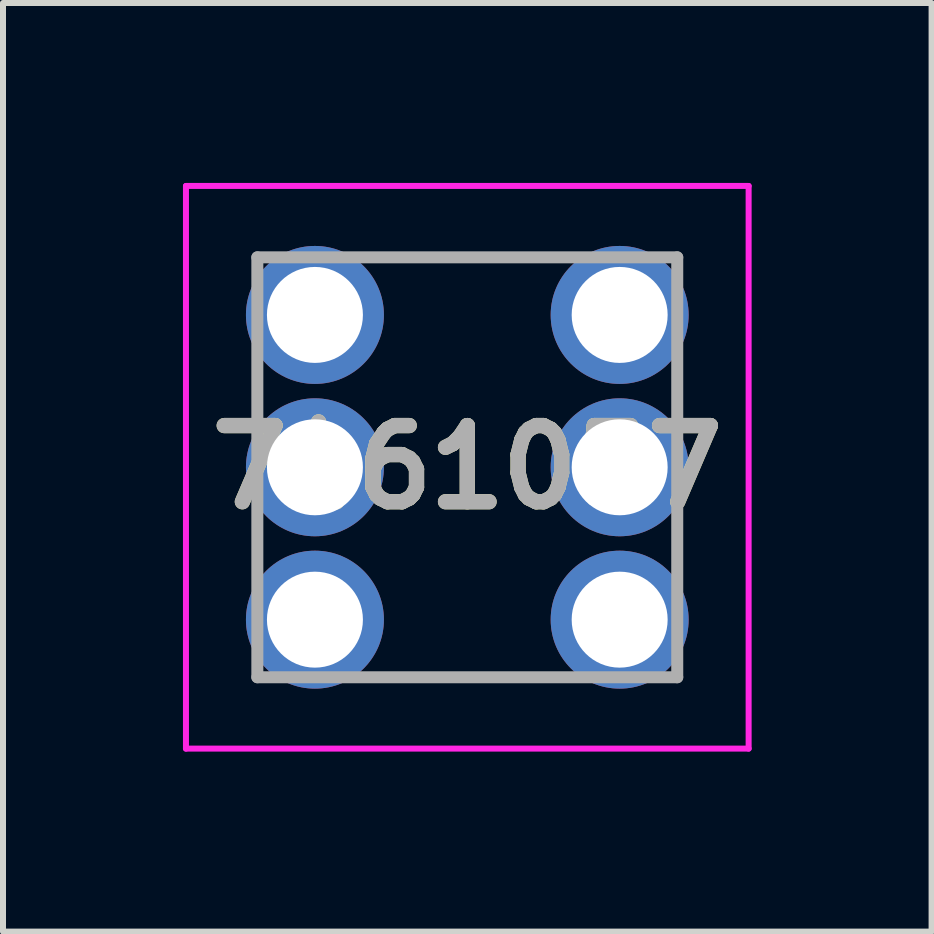
<source format=kicad_pcb>
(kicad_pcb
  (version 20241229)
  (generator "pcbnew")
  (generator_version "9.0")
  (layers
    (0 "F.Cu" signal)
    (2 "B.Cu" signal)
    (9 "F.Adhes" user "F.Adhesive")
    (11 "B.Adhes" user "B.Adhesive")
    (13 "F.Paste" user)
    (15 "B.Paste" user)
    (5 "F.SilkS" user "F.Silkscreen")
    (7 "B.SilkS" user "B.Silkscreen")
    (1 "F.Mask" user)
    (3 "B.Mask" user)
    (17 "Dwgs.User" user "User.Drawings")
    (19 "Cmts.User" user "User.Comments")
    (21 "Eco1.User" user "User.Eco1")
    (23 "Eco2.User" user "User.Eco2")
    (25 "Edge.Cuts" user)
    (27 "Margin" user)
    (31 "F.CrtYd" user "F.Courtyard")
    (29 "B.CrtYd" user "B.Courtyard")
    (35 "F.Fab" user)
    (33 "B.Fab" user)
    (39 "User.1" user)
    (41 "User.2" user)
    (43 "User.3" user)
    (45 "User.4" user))
  (footprint "7461057"
    (layer "F.Cu")
    (at 2.2 2.2)
    (property "Reference" "7461057" (at 2.54 2.54 0) (layer "F.SilkS") (effects (font (size 1.27 1.27) (thickness 0.254))))
    (attr through_hole)
    (fp_line (start 1.04 -0.96) (end 4.04 -0.96) (stroke (width 0.1) (type solid)) (layer "F.SilkS"))
    (fp_line (start 1.04 6.04) (end 4.04 6.04) (stroke (width 0.1) (type solid)) (layer "F.SilkS"))
    (fp_line (start -2.15 -2.15) (end 7.23 -2.15) (stroke (width 0.1) (type solid)) (layer "F.CrtYd"))
    (fp_line (start -2.15 7.23) (end -2.15 -2.15) (stroke (width 0.1) (type solid)) (layer "F.CrtYd"))
    (fp_line (start 7.23 -2.15) (end 7.23 7.23) (stroke (width 0.1) (type solid)) (layer "F.CrtYd"))
    (fp_line (start 7.23 7.23) (end -2.15 7.23) (stroke (width 0.1) (type solid)) (layer "F.CrtYd"))
    (fp_line (start -0.96 -0.96) (end 6.04 -0.96) (stroke (width 0.2) (type solid)) (layer "F.Fab"))
    (fp_line (start -0.96 6.04) (end -0.96 -0.96) (stroke (width 0.2) (type solid)) (layer "F.Fab"))
    (fp_line (start 6.04 -0.96) (end 6.04 6.04) (stroke (width 0.2) (type solid)) (layer "F.Fab"))
    (fp_line (start 6.04 6.04) (end -0.96 6.04) (stroke (width 0.2) (type solid)) (layer "F.Fab"))
    (fp_text user "${REFERENCE}" (at 2.54 2.54 0) (layer "F.Fab") (effects (font (size 1.27 1.27) (thickness 0.254))))
    (pad "1" thru_hole circle (at 0 0) (size 2.3 2.3) (drill 1.6) (layers "*.Cu" "*.Mask"))
    (pad "2" thru_hole circle (at 0 2.54) (size 2.3 2.3) (drill 1.6) (layers "*.Cu" "*.Mask"))
    (pad "3" thru_hole circle (at 0 5.08) (size 2.3 2.3) (drill 1.6) (layers "*.Cu" "*.Mask"))
    (pad "4" thru_hole circle (at 5.08 5.08) (size 2.3 2.3) (drill 1.6) (layers "*.Cu" "*.Mask"))
    (pad "5" thru_hole circle (at 5.08 2.54) (size 2.3 2.3) (drill 1.6) (layers "*.Cu" "*.Mask"))
    (pad "6" thru_hole circle (at 5.08 0) (size 2.3 2.3) (drill 1.6) (layers "*.Cu" "*.Mask")))
  (gr_rect
    (start -3 -3)
    (end 12.48 12.48)
    (stroke (width 0.1) (type default))
    (fill no)
    (layer "Edge.Cuts")))
</source>
